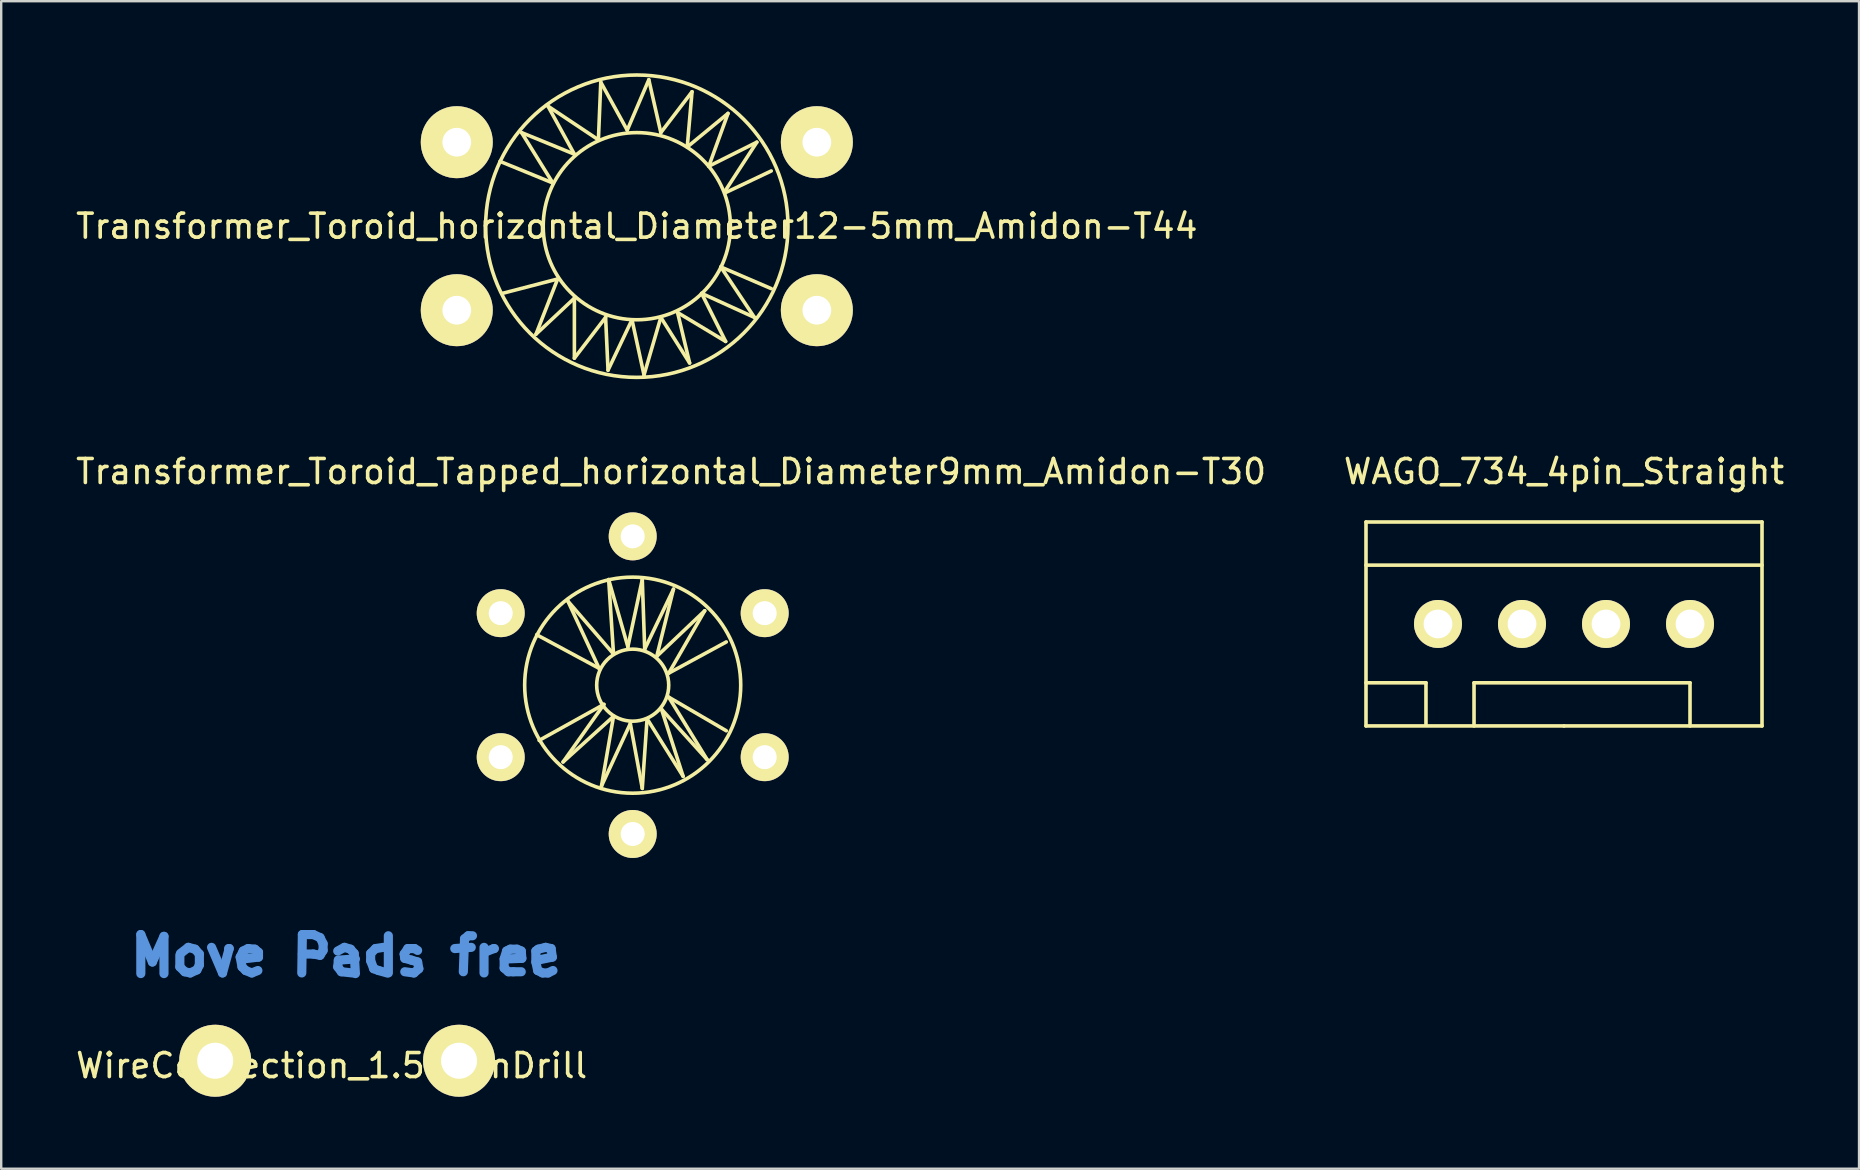
<source format=kicad_pcb>
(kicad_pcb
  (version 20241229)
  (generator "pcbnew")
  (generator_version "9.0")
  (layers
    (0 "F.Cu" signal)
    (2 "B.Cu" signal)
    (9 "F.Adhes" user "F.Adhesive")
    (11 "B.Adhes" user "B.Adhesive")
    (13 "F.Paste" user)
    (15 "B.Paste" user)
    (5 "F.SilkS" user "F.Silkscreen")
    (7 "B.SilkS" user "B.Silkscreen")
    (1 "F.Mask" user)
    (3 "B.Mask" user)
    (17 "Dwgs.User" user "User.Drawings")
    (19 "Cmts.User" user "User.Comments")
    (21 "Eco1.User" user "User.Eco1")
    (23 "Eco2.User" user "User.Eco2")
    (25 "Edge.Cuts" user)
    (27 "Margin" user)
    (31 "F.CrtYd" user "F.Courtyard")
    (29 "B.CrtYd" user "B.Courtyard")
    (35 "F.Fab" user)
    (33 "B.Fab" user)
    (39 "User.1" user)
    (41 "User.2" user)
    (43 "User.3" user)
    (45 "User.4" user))
  (footprint "Transformer_Toroid_Tapped_horizontal_Diameter9mm_Amidon-T30"
    (layer "F.Cu")
    (at 23.311 25.497)
    (property "Reference" "Transformer_Toroid_Tapped_horizontal_Diameter9mm_Amidon-T30" (at 1.6 -8.9 0) (layer "F.SilkS") (effects (font (size 1 1) (thickness 0.15))))
    (attr through_hole)
    (fp_line (start -4 -2.101) (end -1.4 -0.701) (stroke (width 0.15) (type solid)) (layer "F.SilkS"))
    (fp_line (start -3.899 2.301) (end -1.199 0.8) (stroke (width 0.15) (type solid)) (layer "F.SilkS"))
    (fp_line (start -2.901 3.2) (end -0.8 1.3) (stroke (width 0.15) (type solid)) (layer "F.SilkS"))
    (fp_line (start -2.7 -3.5) (end -0.8 -1.3) (stroke (width 0.15) (type solid)) (layer "F.SilkS"))
    (fp_line (start -1.4 -0.701) (end -2.7 -3.5) (stroke (width 0.15) (type solid)) (layer "F.SilkS"))
    (fp_line (start -1.3 4.201) (end -0.099 1.6) (stroke (width 0.15) (type solid)) (layer "F.SilkS"))
    (fp_line (start -1.199 0.8) (end -2.901 3.2) (stroke (width 0.15) (type solid)) (layer "F.SilkS"))
    (fp_line (start -1.001 -4.399) (end -0.201 -1.6) (stroke (width 0.15) (type solid)) (layer "F.SilkS"))
    (fp_line (start -0.8 -1.3) (end -1.001 -4.399) (stroke (width 0.15) (type solid)) (layer "F.SilkS"))
    (fp_line (start -0.8 1.3) (end -1.3 4.201) (stroke (width 0.15) (type solid)) (layer "F.SilkS"))
    (fp_line (start -0.201 -1.6) (end 0.399 -4.399) (stroke (width 0.15) (type solid)) (layer "F.SilkS"))
    (fp_line (start -0.099 1.6) (end 0.399 4.3) (stroke (width 0.15) (type solid)) (layer "F.SilkS"))
    (fp_line (start 0.399 -4.399) (end 0.5 -1.501) (stroke (width 0.15) (type solid)) (layer "F.SilkS"))
    (fp_line (start 0.399 4.3) (end 0.599 1.4) (stroke (width 0.15) (type solid)) (layer "F.SilkS"))
    (fp_line (start 0.5 -1.501) (end 1.699 -4) (stroke (width 0.15) (type solid)) (layer "F.SilkS"))
    (fp_line (start 0.599 1.4) (end 2.101 3.8) (stroke (width 0.15) (type solid)) (layer "F.SilkS"))
    (fp_line (start 1.001 -1.199) (end 3 -3.099) (stroke (width 0.15) (type solid)) (layer "F.SilkS"))
    (fp_line (start 1.199 1.001) (end 3.099 3.099) (stroke (width 0.15) (type solid)) (layer "F.SilkS"))
    (fp_line (start 1.501 -0.5) (end 3.899 -1.801) (stroke (width 0.15) (type solid)) (layer "F.SilkS"))
    (fp_line (start 1.501 0.5) (end 3.899 1.9) (stroke (width 0.15) (type solid)) (layer "F.SilkS"))
    (fp_line (start 1.699 -4) (end 1.001 -1.199) (stroke (width 0.15) (type solid)) (layer "F.SilkS"))
    (fp_line (start 2.101 3.8) (end 1.199 1.001) (stroke (width 0.15) (type solid)) (layer "F.SilkS"))
    (fp_line (start 3 -3.099) (end 1.501 -0.5) (stroke (width 0.15) (type solid)) (layer "F.SilkS"))
    (fp_line (start 3.099 3.099) (end 1.501 0.5) (stroke (width 0.15) (type solid)) (layer "F.SilkS"))
    (fp_circle (center 0 0) (end 1.501 0) (stroke (width 0.15) (type solid)) (fill no) (layer "F.SilkS"))
    (fp_circle (center 0 0) (end 4.501 0) (stroke (width 0.15) (type solid)) (fill no) (layer "F.SilkS"))
    (pad "1" thru_hole circle (at -5.499 3) (size 1.999 1.999) (drill 1.001) (layers "*.Cu" "*.Mask" "F.SilkS"))
    (pad "2" thru_hole circle (at 0 6.2) (size 1.999 1.999) (drill 1.001) (layers "*.Cu" "*.Mask" "F.SilkS"))
    (pad "3" thru_hole circle (at 5.499 3) (size 1.999 1.999) (drill 1.001) (layers "*.Cu" "*.Mask" "F.SilkS"))
    (pad "4" thru_hole circle (at -5.499 -3) (size 1.999 1.999) (drill 1.001) (layers "*.Cu" "*.Mask" "F.SilkS"))
    (pad "5" thru_hole circle (at 0 -6.2) (size 1.999 1.999) (drill 1.001) (layers "*.Cu" "*.Mask" "F.SilkS"))
    (pad "6" thru_hole circle (at 5.499 -3) (size 1.999 1.999) (drill 1.001) (layers "*.Cu" "*.Mask" "F.SilkS")))
  (footprint "Transformer_Toroid_horizontal_Diameter12-5mm_Amidon-T44"
    (layer "F.Cu")
    (at 23.482 6.374)
    (property "Reference" "Transformer_Toroid_horizontal_Diameter12-5mm_Amidon-T44" (at 0 0 0) (layer "F.SilkS") (effects (font (size 1 1) (thickness 0.15))))
    (attr through_hole)
    (fp_line (start -5.7 -2.7) (end -3.5 -1.801) (stroke (width 0.15) (type solid)) (layer "F.SilkS"))
    (fp_line (start -5.601 2.799) (end -3.299 2.2) (stroke (width 0.15) (type solid)) (layer "F.SilkS"))
    (fp_line (start -4.801 -3.899) (end -2.601 -3) (stroke (width 0.15) (type solid)) (layer "F.SilkS"))
    (fp_line (start -4.201 4.501) (end -2.601 3) (stroke (width 0.15) (type solid)) (layer "F.SilkS"))
    (fp_line (start -3.701 -5.001) (end -1.6 -3.599) (stroke (width 0.15) (type solid)) (layer "F.SilkS"))
    (fp_line (start -3.5 -1.801) (end -4.801 -3.899) (stroke (width 0.15) (type solid)) (layer "F.SilkS"))
    (fp_line (start -3.299 2.2) (end -4.201 4.501) (stroke (width 0.15) (type solid)) (layer "F.SilkS"))
    (fp_line (start -2.601 -3) (end -3.701 -5.001) (stroke (width 0.15) (type solid)) (layer "F.SilkS"))
    (fp_line (start -2.601 3) (end -2.601 5.499) (stroke (width 0.15) (type solid)) (layer "F.SilkS"))
    (fp_line (start -2.601 5.499) (end -1.3 3.8) (stroke (width 0.15) (type solid)) (layer "F.SilkS"))
    (fp_line (start -1.6 -3.599) (end -1.501 -5.999) (stroke (width 0.15) (type solid)) (layer "F.SilkS"))
    (fp_line (start -1.501 -5.999) (end -0.399 -4) (stroke (width 0.15) (type solid)) (layer "F.SilkS"))
    (fp_line (start -1.3 3.8) (end -1.199 5.999) (stroke (width 0.15) (type solid)) (layer "F.SilkS"))
    (fp_line (start -1.199 5.999) (end -0.201 3.899) (stroke (width 0.15) (type solid)) (layer "F.SilkS"))
    (fp_line (start -0.399 -4) (end 0.5 -6.101) (stroke (width 0.15) (type solid)) (layer "F.SilkS"))
    (fp_line (start -0.201 3.899) (end 0.3 6.2) (stroke (width 0.15) (type solid)) (layer "F.SilkS"))
    (fp_line (start 0.3 6.2) (end 1.001 3.8) (stroke (width 0.15) (type solid)) (layer "F.SilkS"))
    (fp_line (start 0.5 -6.101) (end 1.001 -3.899) (stroke (width 0.15) (type solid)) (layer "F.SilkS"))
    (fp_line (start 1.001 -3.899) (end 2.301 -5.601) (stroke (width 0.15) (type solid)) (layer "F.SilkS"))
    (fp_line (start 1.001 3.8) (end 2.2 5.7) (stroke (width 0.15) (type solid)) (layer "F.SilkS"))
    (fp_line (start 1.699 3.599) (end 3.701 4.801) (stroke (width 0.15) (type solid)) (layer "F.SilkS"))
    (fp_line (start 2.101 -3.299) (end 3.8 -4.699) (stroke (width 0.15) (type solid)) (layer "F.SilkS"))
    (fp_line (start 2.2 5.7) (end 1.699 3.599) (stroke (width 0.15) (type solid)) (layer "F.SilkS"))
    (fp_line (start 2.301 -5.601) (end 2.101 -3.299) (stroke (width 0.15) (type solid)) (layer "F.SilkS"))
    (fp_line (start 2.7 2.799) (end 4.9 3.8) (stroke (width 0.15) (type solid)) (layer "F.SilkS"))
    (fp_line (start 3 -2.499) (end 5.001 -3.5) (stroke (width 0.15) (type solid)) (layer "F.SilkS"))
    (fp_line (start 3.5 1.699) (end 5.601 2.601) (stroke (width 0.15) (type solid)) (layer "F.SilkS"))
    (fp_line (start 3.701 -1.4) (end 5.601 -2.301) (stroke (width 0.15) (type solid)) (layer "F.SilkS"))
    (fp_line (start 3.701 4.801) (end 2.7 2.799) (stroke (width 0.15) (type solid)) (layer "F.SilkS"))
    (fp_line (start 3.8 -4.699) (end 3 -2.499) (stroke (width 0.15) (type solid)) (layer "F.SilkS"))
    (fp_line (start 4.9 3.8) (end 3.5 1.699) (stroke (width 0.15) (type solid)) (layer "F.SilkS"))
    (fp_line (start 5.001 -3.5) (end 3.701 -1.501) (stroke (width 0.15) (type solid)) (layer "F.SilkS"))
    (fp_circle (center 0 0) (end 3.899 0) (stroke (width 0.15) (type solid)) (fill no) (layer "F.SilkS"))
    (fp_circle (center 0 0) (end 6.299 0) (stroke (width 0.15) (type solid)) (fill no) (layer "F.SilkS"))
    (pad "1" thru_hole circle (at -7.501 3.5) (size 3 3) (drill 1.199) (layers "*.Cu" "*.Mask" "F.SilkS"))
    (pad "2" thru_hole circle (at 7.501 3.5) (size 3 3) (drill 1.199) (layers "*.Cu" "*.Mask" "F.SilkS"))
    (pad "3" thru_hole circle (at -7.501 -3.5) (size 3 3) (drill 1.199) (layers "*.Cu" "*.Mask" "F.SilkS"))
    (pad "4" thru_hole circle (at 7.501 -3.5) (size 3 3) (drill 1.199) (layers "*.Cu" "*.Mask" "F.SilkS")))
  (footprint "WAGO_734_4pin_Straight"
    (layer "F.Cu")
    (at 62.113 22.947)
    (property "Reference" "WAGO_734_4pin_Straight" (at 0 -6.35 0) (layer "F.SilkS") (effects (font (size 1 1) (thickness 0.15))))
    (attr through_hole)
    (fp_line (start -8.25 -4.249) (end 8.25 -4.249) (stroke (width 0.15) (type solid)) (layer "F.SilkS"))
    (fp_line (start -8.25 -2.451) (end 8.25 -2.451) (stroke (width 0.15) (type solid)) (layer "F.SilkS"))
    (fp_line (start -8.25 2.451) (end -5.751 2.451) (stroke (width 0.15) (type solid)) (layer "F.SilkS"))
    (fp_line (start -8.25 4.249) (end -8.25 -4.249) (stroke (width 0.15) (type solid)) (layer "F.SilkS"))
    (fp_line (start -5.751 2.451) (end -5.751 4.201) (stroke (width 0.15) (type solid)) (layer "F.SilkS"))
    (fp_line (start -3.749 4.249) (end -3.749 2.451) (stroke (width 0.15) (type solid)) (layer "F.SilkS"))
    (fp_line (start 0 4.249) (end -8.25 4.249) (stroke (width 0.15) (type solid)) (layer "F.SilkS"))
    (fp_line (start 5.25 2.451) (end -3.749 2.451) (stroke (width 0.15) (type solid)) (layer "F.SilkS"))
    (fp_line (start 5.25 4.249) (end 5.25 2.451) (stroke (width 0.15) (type solid)) (layer "F.SilkS"))
    (fp_line (start 8.25 -4.249) (end 8.25 4.249) (stroke (width 0.15) (type solid)) (layer "F.SilkS"))
    (fp_line (start 8.25 4.249) (end 0 4.249) (stroke (width 0.15) (type solid)) (layer "F.SilkS"))
    (pad "1" thru_hole circle (at -5.25 0) (size 1.999 1.999) (drill 1.199) (layers "*.Cu" "*.Mask" "F.SilkS"))
    (pad "2" thru_hole circle (at -1.75 0) (size 1.999 1.999) (drill 1.199) (layers "*.Cu" "*.Mask" "F.SilkS"))
    (pad "3" thru_hole circle (at 1.75 0) (size 1.999 1.999) (drill 1.199) (layers "*.Cu" "*.Mask" "F.SilkS"))
    (pad "4" thru_hole circle (at 5.25 0) (size 1.999 1.999) (drill 1.199) (layers "*.Cu" "*.Mask" "F.SilkS")))
  (footprint "WireConnection_1.50mmDrill"
    (layer "F.Cu")
    (at 5.916 41.145)
    (property "Reference" "WireConnection_1.50mmDrill" (at 4.851 0.203 0) (layer "F.SilkS") (effects (font (size 1 1) (thickness 0.15))))
    (attr through_hole)
    (fp_line (start -3.099 -5.258) (end -2.616 -4.115) (stroke (width 0.381) (type solid)) (layer "Cmts.User"))
    (fp_line (start -3.099 -3.632) (end -3.099 -5.258) (stroke (width 0.381) (type solid)) (layer "Cmts.User"))
    (fp_line (start -2.616 -4.115) (end -2.134 -5.182) (stroke (width 0.381) (type solid)) (layer "Cmts.User"))
    (fp_line (start -2.134 -5.182) (end -2.134 -3.632) (stroke (width 0.381) (type solid)) (layer "Cmts.User"))
    (fp_line (start -1.473 -4.394) (end -1.473 -3.912) (stroke (width 0.381) (type solid)) (layer "Cmts.User"))
    (fp_line (start -1.473 -3.912) (end -1.27 -3.708) (stroke (width 0.381) (type solid)) (layer "Cmts.User"))
    (fp_line (start -1.27 -3.708) (end -1.041 -3.658) (stroke (width 0.381) (type solid)) (layer "Cmts.User"))
    (fp_line (start -1.118 -4.724) (end -1.448 -4.47) (stroke (width 0.381) (type solid)) (layer "Cmts.User"))
    (fp_line (start -1.041 -3.658) (end -0.762 -3.785) (stroke (width 0.381) (type solid)) (layer "Cmts.User"))
    (fp_line (start -0.838 -4.648) (end -1.118 -4.724) (stroke (width 0.381) (type solid)) (layer "Cmts.User"))
    (fp_line (start -0.762 -3.785) (end -0.66 -3.988) (stroke (width 0.381) (type solid)) (layer "Cmts.User"))
    (fp_line (start -0.66 -4.445) (end -0.838 -4.648) (stroke (width 0.381) (type solid)) (layer "Cmts.User"))
    (fp_line (start -0.66 -3.988) (end -0.66 -4.445) (stroke (width 0.381) (type solid)) (layer "Cmts.User"))
    (fp_line (start -0.152 -4.724) (end 0.305 -3.658) (stroke (width 0.381) (type solid)) (layer "Cmts.User"))
    (fp_line (start 0.305 -3.658) (end 0.584 -4.674) (stroke (width 0.381) (type solid)) (layer "Cmts.User"))
    (fp_line (start 0.584 -4.674) (end 0.559 -4.674) (stroke (width 0.381) (type solid)) (layer "Cmts.User"))
    (fp_line (start 1.041 -4.318) (end 1.168 -4.572) (stroke (width 0.381) (type solid)) (layer "Cmts.User"))
    (fp_line (start 1.118 -3.912) (end 1.041 -4.318) (stroke (width 0.381) (type solid)) (layer "Cmts.User"))
    (fp_line (start 1.168 -4.572) (end 1.372 -4.674) (stroke (width 0.381) (type solid)) (layer "Cmts.User"))
    (fp_line (start 1.27 -3.759) (end 1.118 -3.912) (stroke (width 0.381) (type solid)) (layer "Cmts.User"))
    (fp_line (start 1.372 -4.674) (end 1.651 -4.648) (stroke (width 0.381) (type solid)) (layer "Cmts.User"))
    (fp_line (start 1.524 -3.658) (end 1.27 -3.759) (stroke (width 0.381) (type solid)) (layer "Cmts.User"))
    (fp_line (start 1.651 -4.648) (end 1.803 -4.521) (stroke (width 0.381) (type solid)) (layer "Cmts.User"))
    (fp_line (start 1.778 -3.759) (end 1.524 -3.658) (stroke (width 0.381) (type solid)) (layer "Cmts.User"))
    (fp_line (start 1.803 -4.521) (end 1.803 -4.318) (stroke (width 0.381) (type solid)) (layer "Cmts.User"))
    (fp_line (start 1.803 -4.318) (end 1.168 -4.242) (stroke (width 0.381) (type solid)) (layer "Cmts.User"))
    (fp_line (start 3.607 -3.658) (end 3.632 -5.258) (stroke (width 0.381) (type solid)) (layer "Cmts.User"))
    (fp_line (start 3.632 -5.258) (end 4.089 -5.258) (stroke (width 0.381) (type solid)) (layer "Cmts.User"))
    (fp_line (start 4.089 -5.258) (end 4.369 -5.131) (stroke (width 0.381) (type solid)) (layer "Cmts.User"))
    (fp_line (start 4.089 -4.445) (end 3.632 -4.445) (stroke (width 0.381) (type solid)) (layer "Cmts.User"))
    (fp_line (start 4.369 -5.131) (end 4.496 -4.877) (stroke (width 0.381) (type solid)) (layer "Cmts.User"))
    (fp_line (start 4.369 -4.394) (end 4.089 -4.445) (stroke (width 0.381) (type solid)) (layer "Cmts.User"))
    (fp_line (start 4.496 -4.877) (end 4.496 -4.597) (stroke (width 0.381) (type solid)) (layer "Cmts.User"))
    (fp_line (start 4.496 -4.597) (end 4.369 -4.394) (stroke (width 0.381) (type solid)) (layer "Cmts.User"))
    (fp_line (start 5.105 -4.572) (end 5.385 -4.724) (stroke (width 0.381) (type solid)) (layer "Cmts.User"))
    (fp_line (start 5.105 -3.912) (end 5.131 -4.191) (stroke (width 0.381) (type solid)) (layer "Cmts.User"))
    (fp_line (start 5.131 -4.191) (end 5.842 -4.242) (stroke (width 0.381) (type solid)) (layer "Cmts.User"))
    (fp_line (start 5.258 -3.708) (end 5.105 -3.912) (stroke (width 0.381) (type solid)) (layer "Cmts.User"))
    (fp_line (start 5.385 -4.724) (end 5.639 -4.648) (stroke (width 0.381) (type solid)) (layer "Cmts.User"))
    (fp_line (start 5.639 -4.648) (end 5.791 -4.47) (stroke (width 0.381) (type solid)) (layer "Cmts.User"))
    (fp_line (start 5.715 -3.658) (end 5.258 -3.708) (stroke (width 0.381) (type solid)) (layer "Cmts.User"))
    (fp_line (start 5.791 -4.47) (end 5.842 -3.632) (stroke (width 0.381) (type solid)) (layer "Cmts.User"))
    (fp_line (start 6.477 -4.47) (end 6.68 -4.674) (stroke (width 0.381) (type solid)) (layer "Cmts.User"))
    (fp_line (start 6.477 -4.166) (end 6.477 -4.47) (stroke (width 0.381) (type solid)) (layer "Cmts.User"))
    (fp_line (start 6.604 -3.835) (end 6.477 -4.166) (stroke (width 0.381) (type solid)) (layer "Cmts.User"))
    (fp_line (start 6.68 -4.674) (end 7.01 -4.724) (stroke (width 0.381) (type solid)) (layer "Cmts.User"))
    (fp_line (start 6.807 -3.759) (end 6.604 -3.835) (stroke (width 0.381) (type solid)) (layer "Cmts.User"))
    (fp_line (start 7.163 -3.658) (end 6.807 -3.759) (stroke (width 0.381) (type solid)) (layer "Cmts.User"))
    (fp_line (start 7.214 -5.207) (end 7.214 -3.658) (stroke (width 0.381) (type solid)) (layer "Cmts.User"))
    (fp_line (start 7.874 -4.445) (end 7.899 -4.267) (stroke (width 0.381) (type solid)) (layer "Cmts.User"))
    (fp_line (start 7.899 -4.267) (end 8.179 -4.191) (stroke (width 0.381) (type solid)) (layer "Cmts.User"))
    (fp_line (start 8.026 -4.674) (end 7.874 -4.445) (stroke (width 0.381) (type solid)) (layer "Cmts.User"))
    (fp_line (start 8.179 -4.191) (end 8.433 -4.115) (stroke (width 0.381) (type solid)) (layer "Cmts.User"))
    (fp_line (start 8.28 -3.658) (end 7.899 -3.708) (stroke (width 0.381) (type solid)) (layer "Cmts.User"))
    (fp_line (start 8.306 -4.674) (end 8.026 -4.674) (stroke (width 0.381) (type solid)) (layer "Cmts.User"))
    (fp_line (start 8.433 -4.597) (end 8.306 -4.674) (stroke (width 0.381) (type solid)) (layer "Cmts.User"))
    (fp_line (start 8.433 -4.115) (end 8.484 -3.835) (stroke (width 0.381) (type solid)) (layer "Cmts.User"))
    (fp_line (start 8.484 -3.835) (end 8.28 -3.658) (stroke (width 0.381) (type solid)) (layer "Cmts.User"))
    (fp_line (start 9.982 -4.674) (end 10.668 -4.724) (stroke (width 0.381) (type solid)) (layer "Cmts.User"))
    (fp_line (start 10.389 -5.08) (end 10.338 -3.708) (stroke (width 0.381) (type solid)) (layer "Cmts.User"))
    (fp_line (start 10.541 -5.207) (end 10.389 -5.08) (stroke (width 0.381) (type solid)) (layer "Cmts.User"))
    (fp_line (start 10.719 -5.207) (end 10.541 -5.207) (stroke (width 0.381) (type solid)) (layer "Cmts.User"))
    (fp_line (start 11.201 -4.724) (end 11.201 -3.658) (stroke (width 0.381) (type solid)) (layer "Cmts.User"))
    (fp_line (start 11.227 -4.521) (end 11.608 -4.674) (stroke (width 0.381) (type solid)) (layer "Cmts.User"))
    (fp_line (start 11.608 -4.674) (end 11.633 -4.674) (stroke (width 0.381) (type solid)) (layer "Cmts.User"))
    (fp_line (start 12.04 -4.242) (end 12.141 -4.572) (stroke (width 0.381) (type solid)) (layer "Cmts.User"))
    (fp_line (start 12.04 -3.861) (end 12.04 -4.242) (stroke (width 0.381) (type solid)) (layer "Cmts.User"))
    (fp_line (start 12.141 -4.572) (end 12.294 -4.648) (stroke (width 0.381) (type solid)) (layer "Cmts.User"))
    (fp_line (start 12.217 -3.708) (end 12.04 -3.861) (stroke (width 0.381) (type solid)) (layer "Cmts.User"))
    (fp_line (start 12.294 -4.648) (end 12.573 -4.648) (stroke (width 0.381) (type solid)) (layer "Cmts.User"))
    (fp_line (start 12.421 -3.708) (end 12.217 -3.708) (stroke (width 0.381) (type solid)) (layer "Cmts.User"))
    (fp_line (start 12.573 -4.648) (end 12.751 -4.572) (stroke (width 0.381) (type solid)) (layer "Cmts.User"))
    (fp_line (start 12.751 -4.572) (end 12.776 -4.267) (stroke (width 0.381) (type solid)) (layer "Cmts.User"))
    (fp_line (start 12.751 -3.708) (end 12.421 -3.708) (stroke (width 0.381) (type solid)) (layer "Cmts.User"))
    (fp_line (start 12.776 -4.267) (end 12.141 -4.242) (stroke (width 0.381) (type solid)) (layer "Cmts.User"))
    (fp_line (start 13.36 -4.572) (end 13.462 -4.648) (stroke (width 0.381) (type solid)) (layer "Cmts.User"))
    (fp_line (start 13.36 -4.115) (end 13.36 -4.572) (stroke (width 0.381) (type solid)) (layer "Cmts.User"))
    (fp_line (start 13.437 -4.191) (end 13.437 -4.242) (stroke (width 0.381) (type solid)) (layer "Cmts.User"))
    (fp_line (start 13.437 -3.759) (end 13.36 -4.115) (stroke (width 0.381) (type solid)) (layer "Cmts.User"))
    (fp_line (start 13.462 -4.648) (end 13.767 -4.724) (stroke (width 0.381) (type solid)) (layer "Cmts.User"))
    (fp_line (start 13.64 -3.658) (end 13.437 -3.759) (stroke (width 0.381) (type solid)) (layer "Cmts.User"))
    (fp_line (start 13.767 -4.724) (end 13.995 -4.674) (stroke (width 0.381) (type solid)) (layer "Cmts.User"))
    (fp_line (start 13.868 -3.658) (end 13.64 -3.658) (stroke (width 0.381) (type solid)) (layer "Cmts.User"))
    (fp_line (start 13.995 -4.674) (end 14.046 -4.318) (stroke (width 0.381) (type solid)) (layer "Cmts.User"))
    (fp_line (start 14.046 -4.318) (end 13.437 -4.191) (stroke (width 0.381) (type solid)) (layer "Cmts.User"))
    (fp_line (start 14.072 -3.759) (end 13.868 -3.658) (stroke (width 0.381) (type solid)) (layer "Cmts.User"))
    (pad "1" thru_hole circle (at 0 0) (size 3 3) (drill 1.501) (layers "*.Cu" "*.Mask" "F.SilkS"))
    (pad "2" thru_hole circle (at 10.16 0) (size 3 3) (drill 1.501) (layers "*.Cu" "*.Mask" "F.SilkS")))
  (gr_rect
    (start -3 -3)
    (end 74.405 45.645)
    (stroke (width 0.1) (type default))
    (fill no)
    (layer "Edge.Cuts")))
</source>
